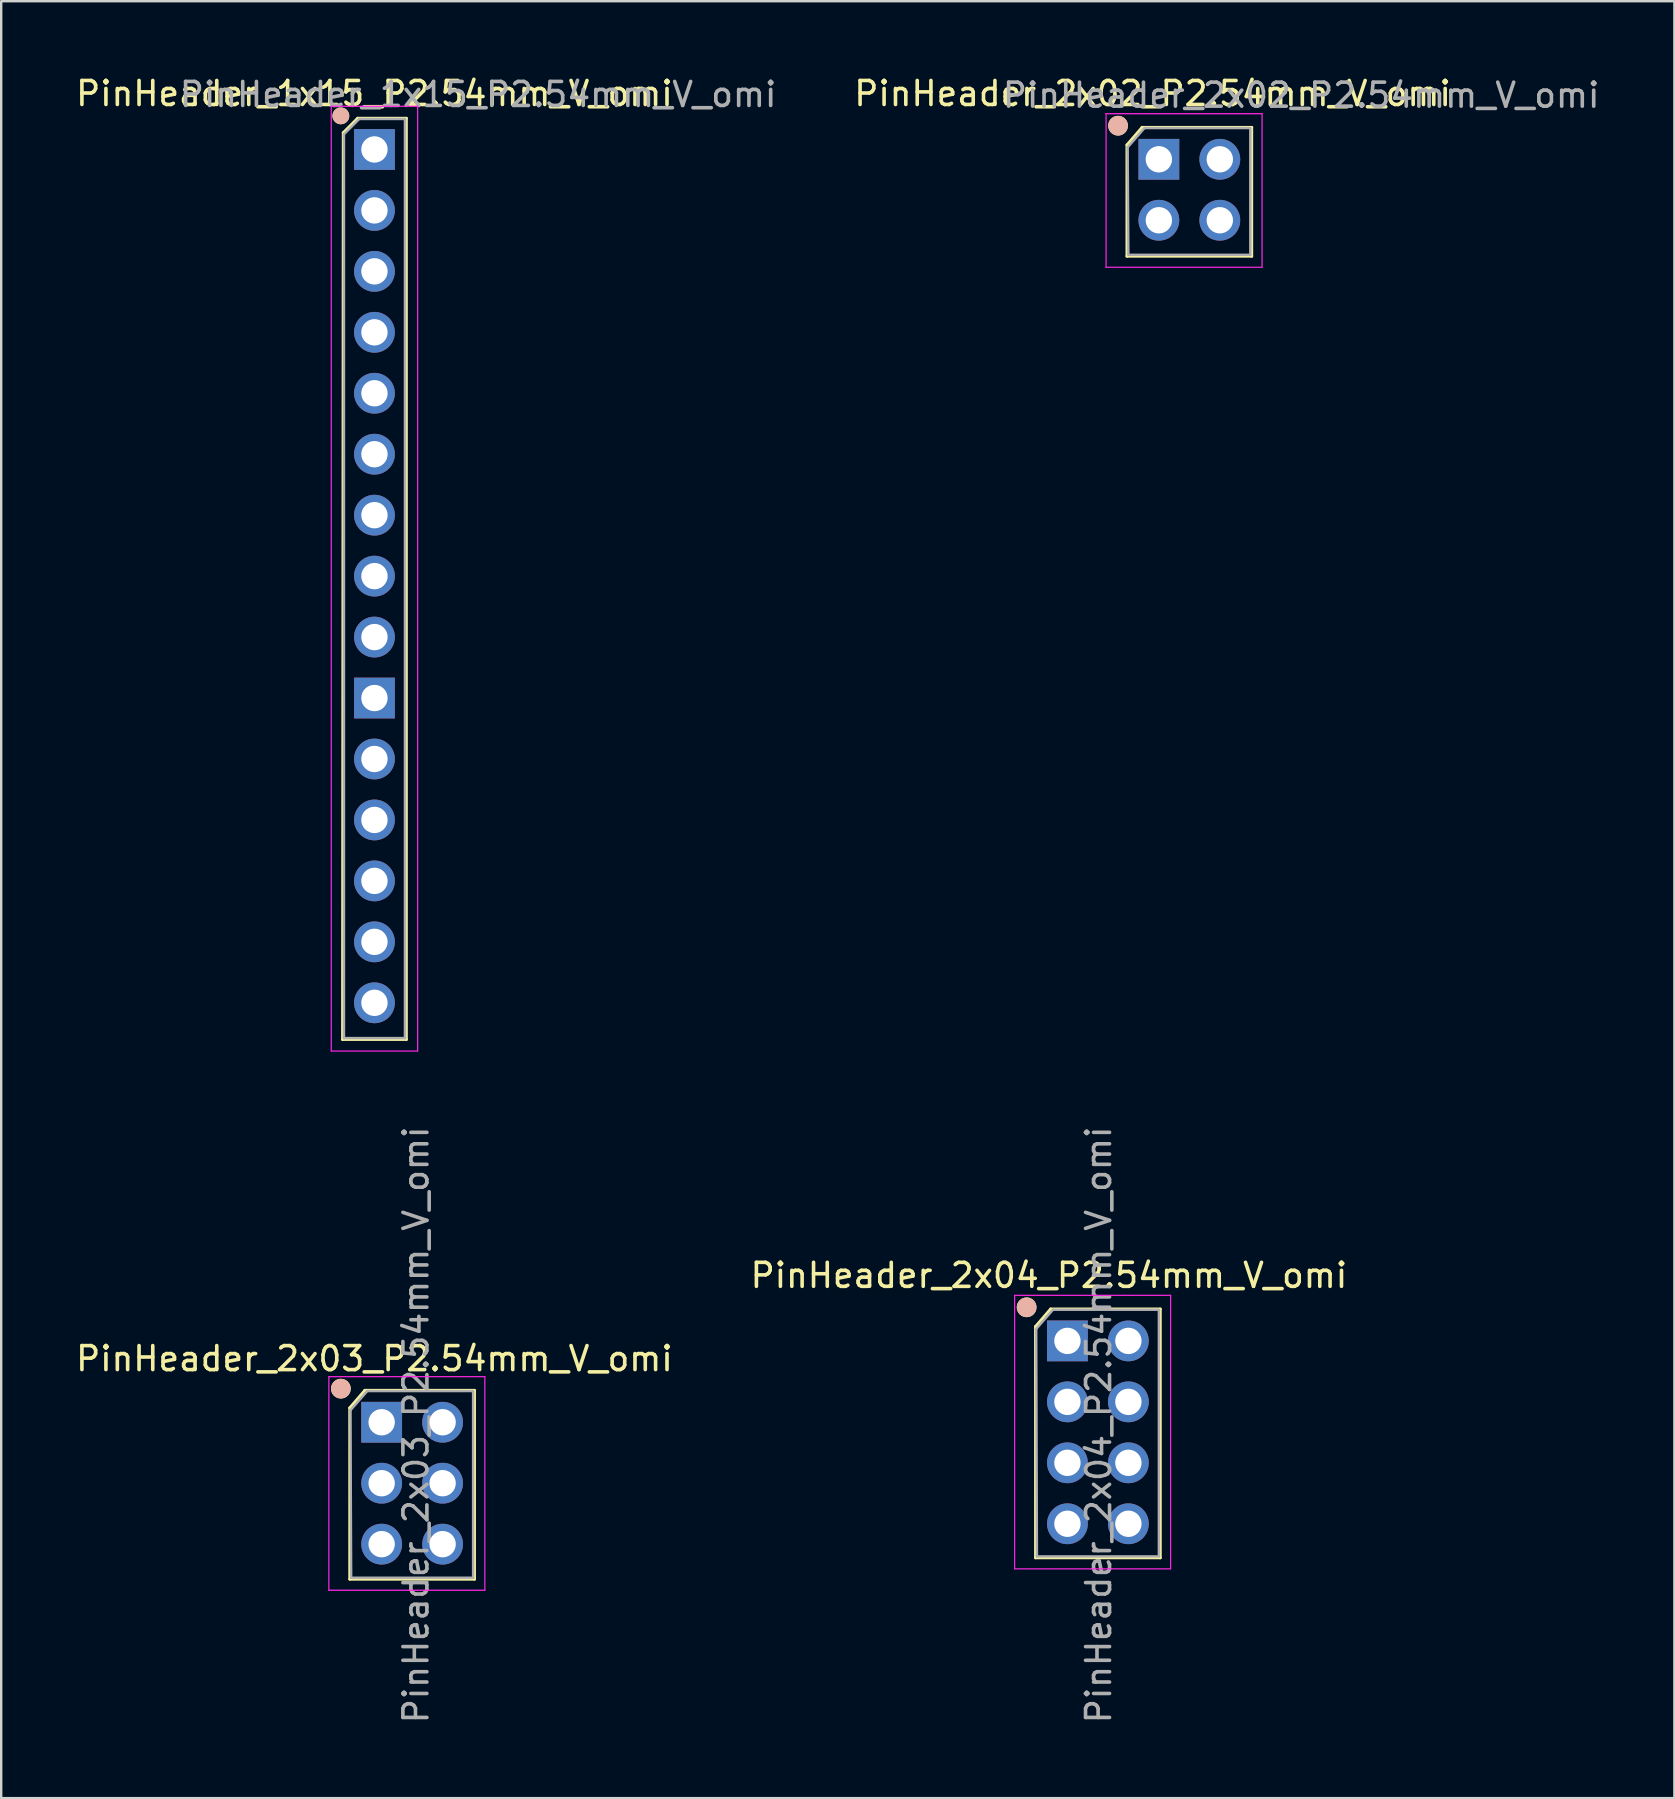
<source format=kicad_pcb>
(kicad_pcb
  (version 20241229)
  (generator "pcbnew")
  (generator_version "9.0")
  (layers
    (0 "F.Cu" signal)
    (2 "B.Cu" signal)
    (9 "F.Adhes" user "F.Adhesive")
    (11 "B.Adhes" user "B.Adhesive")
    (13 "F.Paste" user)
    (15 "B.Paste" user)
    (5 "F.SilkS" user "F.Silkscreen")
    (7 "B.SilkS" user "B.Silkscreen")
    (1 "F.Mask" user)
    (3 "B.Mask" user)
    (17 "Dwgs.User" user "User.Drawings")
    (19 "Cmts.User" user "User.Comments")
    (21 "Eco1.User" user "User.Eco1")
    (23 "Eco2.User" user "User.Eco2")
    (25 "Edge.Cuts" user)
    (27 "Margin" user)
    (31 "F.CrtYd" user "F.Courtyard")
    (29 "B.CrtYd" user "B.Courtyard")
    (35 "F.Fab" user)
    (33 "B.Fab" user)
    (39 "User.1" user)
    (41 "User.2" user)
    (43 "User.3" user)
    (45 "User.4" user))
  (footprint "PinHeader_2x02_P2.54mm_V_omi"
    (layer "F.Cu")
    (at 45.241 3.588)
    (property "Reference" "PinHeader_2x02_P2.54mm_V_omi" (at -0.26 -2.74 0) (layer "F.SilkS") (effects (font (size 1 1) (thickness 0.15))))
    (attr through_hole)
    (fp_line (start -1.33 -0.6) (end -1.33 4.04) (stroke (width 0.12) (type solid)) (layer "F.SilkS"))
    (fp_line (start -1.33 -0.6) (end -0.7 -1.33) (stroke (width 0.12) (type solid)) (layer "F.SilkS"))
    (fp_line (start -1.33 4.04) (end 3.87 4.04) (stroke (width 0.12) (type solid)) (layer "F.SilkS"))
    (fp_line (start -0.7 -1.33) (end 3.87 -1.33) (stroke (width 0.12) (type solid)) (layer "F.SilkS"))
    (fp_line (start 3.87 -1.33) (end 3.87 4.04) (stroke (width 0.12) (type solid)) (layer "F.SilkS"))
    (fp_circle (center -1.7 -1.4) (end -1.339 -1.4) (stroke (width 0.1) (type solid)) (fill yes) (layer "F.SilkS"))
    (fp_circle (center -1.7 -1.4) (end -1.339 -1.4) (stroke (width 0.1) (type solid)) (fill yes) (layer "B.SilkS"))
    (fp_line (start -2.2 -1.9) (end -2.2 4.5) (stroke (width 0.05) (type solid)) (layer "F.CrtYd"))
    (fp_line (start -2.2 4.5) (end 4.3 4.5) (stroke (width 0.05) (type solid)) (layer "F.CrtYd"))
    (fp_line (start 4.3 -1.9) (end -2.2 -1.9) (stroke (width 0.05) (type solid)) (layer "F.CrtYd"))
    (fp_line (start 4.3 4.5) (end 4.3 -1.9) (stroke (width 0.05) (type solid)) (layer "F.CrtYd"))
    (fp_line (start -1.3 -0.5) (end -0.6 -1.3) (stroke (width 0.1) (type solid)) (layer "F.Fab"))
    (fp_line (start -1.27 3.98) (end -1.3 -0.5) (stroke (width 0.1) (type solid)) (layer "F.Fab"))
    (fp_line (start -0.6 -1.3) (end 3.81 -1.3) (stroke (width 0.1) (type solid)) (layer "F.Fab"))
    (fp_line (start 3.81 -1.27) (end 3.81 3.98) (stroke (width 0.1) (type solid)) (layer "F.Fab"))
    (fp_line (start 3.81 3.98) (end -1.27 3.98) (stroke (width 0.1) (type solid)) (layer "F.Fab"))
    (fp_text user "${REFERENCE}" (at 5.93 -2.67 180) (layer "F.Fab") (effects (font (size 1 1) (thickness 0.15))))
    (pad "1" thru_hole rect (at 0 0) (size 1.7 1.7) (drill 1.1) (layers "*.Cu" "*.Mask"))
    (pad "2" thru_hole oval (at 2.54 0) (size 1.7 1.7) (drill 1.1) (layers "*.Cu" "*.Mask"))
    (pad "3" thru_hole oval (at 0 2.54) (size 1.7 1.7) (drill 1.1) (layers "*.Cu" "*.Mask"))
    (pad "4" thru_hole oval (at 2.54 2.54) (size 1.7 1.7) (drill 1.1) (layers "*.Cu" "*.Mask")))
  (footprint "PinHeader_2x03_P2.54mm_V_omi"
    (layer "F.Cu")
    (at 12.854 56.217)
    (property "Reference" "PinHeader_2x03_P2.54mm_V_omi" (at -0.3 -2.65 0) (layer "F.SilkS") (effects (font (size 1 1) (thickness 0.15))))
    (attr through_hole)
    (fp_line (start -1.33 -0.6) (end -1.33 6.54) (stroke (width 0.12) (type solid)) (layer "F.SilkS"))
    (fp_line (start -1.33 -0.6) (end -0.7 -1.33) (stroke (width 0.12) (type solid)) (layer "F.SilkS"))
    (fp_line (start -1.33 6.54) (end 3.87 6.54) (stroke (width 0.12) (type solid)) (layer "F.SilkS"))
    (fp_line (start -0.7 -1.33) (end 3.87 -1.33) (stroke (width 0.12) (type solid)) (layer "F.SilkS"))
    (fp_line (start 3.87 -1.33) (end 3.87 6.54) (stroke (width 0.12) (type solid)) (layer "F.SilkS"))
    (fp_circle (center -1.7 -1.4) (end -1.339 -1.4) (stroke (width 0.1) (type solid)) (fill yes) (layer "F.SilkS"))
    (fp_circle (center -1.7 -1.4) (end -1.339 -1.4) (stroke (width 0.1) (type solid)) (fill yes) (layer "B.SilkS"))
    (fp_line (start -2.2 -1.9) (end -2.2 7) (stroke (width 0.05) (type solid)) (layer "F.CrtYd"))
    (fp_line (start -2.2 7) (end 4.3 7) (stroke (width 0.05) (type solid)) (layer "F.CrtYd"))
    (fp_line (start 4.3 -1.9) (end -2.2 -1.9) (stroke (width 0.05) (type solid)) (layer "F.CrtYd"))
    (fp_line (start 4.3 7) (end 4.3 -1.9) (stroke (width 0.05) (type solid)) (layer "F.CrtYd"))
    (fp_line (start -1.3 -0.5) (end -0.6 -1.3) (stroke (width 0.1) (type solid)) (layer "F.Fab"))
    (fp_line (start -1.27 6.48) (end -1.3 -0.5) (stroke (width 0.1) (type solid)) (layer "F.Fab"))
    (fp_line (start -0.6 -1.3) (end 3.81 -1.3) (stroke (width 0.1) (type solid)) (layer "F.Fab"))
    (fp_line (start 3.81 -1.27) (end 3.81 6.48) (stroke (width 0.1) (type solid)) (layer "F.Fab"))
    (fp_line (start 3.81 6.48) (end -1.27 6.48) (stroke (width 0.1) (type solid)) (layer "F.Fab"))
    (fp_text user "${REFERENCE}" (at 1.43 0.11 270) (layer "F.Fab") (effects (font (size 1 1) (thickness 0.15))))
    (pad "1" thru_hole rect (at 0 0) (size 1.7 1.7) (drill 1.1) (layers "*.Cu" "*.Mask"))
    (pad "2" thru_hole oval (at 2.54 0) (size 1.7 1.7) (drill 1.1) (layers "*.Cu" "*.Mask"))
    (pad "3" thru_hole oval (at 0 2.54) (size 1.7 1.7) (drill 1.1) (layers "*.Cu" "*.Mask"))
    (pad "4" thru_hole oval (at 2.54 2.54) (size 1.7 1.7) (drill 1.1) (layers "*.Cu" "*.Mask"))
    (pad "5" thru_hole oval (at 0 5.08) (size 1.7 1.7) (drill 1.1) (layers "*.Cu" "*.Mask"))
    (pad "6" thru_hole oval (at 2.54 5.08) (size 1.7 1.7) (drill 1.1) (layers "*.Cu" "*.Mask")))
  (footprint "PinHeader_2x04_P2.54mm_V_omi"
    (layer "F.Cu")
    (at 41.431 52.827)
    (property "Reference" "PinHeader_2x04_P2.54mm_V_omi" (at -0.77 -2.73 0) (layer "F.SilkS") (effects (font (size 1 1) (thickness 0.15))))
    (attr through_hole)
    (fp_line (start -1.33 -0.6) (end -1.33 9.04) (stroke (width 0.12) (type solid)) (layer "F.SilkS"))
    (fp_line (start -1.33 -0.6) (end -0.7 -1.33) (stroke (width 0.12) (type solid)) (layer "F.SilkS"))
    (fp_line (start -1.33 9.04) (end 3.87 9.04) (stroke (width 0.12) (type solid)) (layer "F.SilkS"))
    (fp_line (start -0.7 -1.33) (end 3.87 -1.33) (stroke (width 0.12) (type solid)) (layer "F.SilkS"))
    (fp_line (start 3.87 -1.33) (end 3.87 9.04) (stroke (width 0.12) (type solid)) (layer "F.SilkS"))
    (fp_circle (center -1.7 -1.4) (end -1.339 -1.4) (stroke (width 0.1) (type solid)) (fill yes) (layer "F.SilkS"))
    (fp_circle (center -1.7 -1.4) (end -1.339 -1.4) (stroke (width 0.1) (type solid)) (fill yes) (layer "B.SilkS"))
    (fp_line (start -2.2 -1.9) (end -2.2 9.5) (stroke (width 0.05) (type solid)) (layer "F.CrtYd"))
    (fp_line (start -2.2 9.5) (end 4.3 9.5) (stroke (width 0.05) (type solid)) (layer "F.CrtYd"))
    (fp_line (start 4.3 -1.9) (end -2.2 -1.9) (stroke (width 0.05) (type solid)) (layer "F.CrtYd"))
    (fp_line (start 4.3 9.5) (end 4.3 -1.9) (stroke (width 0.05) (type solid)) (layer "F.CrtYd"))
    (fp_line (start -1.3 -0.5) (end -0.6 -1.3) (stroke (width 0.1) (type solid)) (layer "F.Fab"))
    (fp_line (start -1.27 8.98) (end -1.3 -0.5) (stroke (width 0.1) (type solid)) (layer "F.Fab"))
    (fp_line (start -0.6 -1.3) (end 3.81 -1.3) (stroke (width 0.1) (type solid)) (layer "F.Fab"))
    (fp_line (start 3.81 -1.27) (end 3.81 8.98) (stroke (width 0.1) (type solid)) (layer "F.Fab"))
    (fp_line (start 3.81 8.98) (end -1.27 8.98) (stroke (width 0.1) (type solid)) (layer "F.Fab"))
    (fp_text user "${REFERENCE}" (at 1.3 3.5 270) (layer "F.Fab") (effects (font (size 1 1) (thickness 0.15))))
    (pad "1" thru_hole rect (at 0 0) (size 1.7 1.7) (drill 1.1) (layers "*.Cu" "*.Mask"))
    (pad "2" thru_hole oval (at 2.54 0) (size 1.7 1.7) (drill 1.1) (layers "*.Cu" "*.Mask"))
    (pad "3" thru_hole oval (at 0 2.54) (size 1.7 1.7) (drill 1.1) (layers "*.Cu" "*.Mask"))
    (pad "4" thru_hole oval (at 2.54 2.54) (size 1.7 1.7) (drill 1.1) (layers "*.Cu" "*.Mask"))
    (pad "5" thru_hole oval (at 0 5.08) (size 1.7 1.7) (drill 1.1) (layers "*.Cu" "*.Mask"))
    (pad "6" thru_hole oval (at 2.54 5.08) (size 1.7 1.7) (drill 1.1) (layers "*.Cu" "*.Mask"))
    (pad "7" thru_hole oval (at 0 7.62) (size 1.7 1.7) (drill 1.1) (layers "*.Cu" "*.Mask"))
    (pad "8" thru_hole oval (at 2.54 7.62) (size 1.7 1.7) (drill 1.1) (layers "*.Cu" "*.Mask")))
  (footprint "PinHeader_1x15_P2.54mm_V_omi"
    (layer "F.Cu")
    (at 12.554 3.178)
    (property "Reference" "PinHeader_1x15_P2.54mm_V_omi" (at 0 -2.33 0) (layer "F.SilkS") (effects (font (size 1 1) (thickness 0.15))))
    (attr through_hole)
    (fp_line (start -1.33 37.09) (end 1.33 37.09) (stroke (width 0.12) (type solid)) (layer "F.SilkS"))
    (fp_line (start -1.3 -0.7) (end -1.33 37.09) (stroke (width 0.12) (type solid)) (layer "F.SilkS"))
    (fp_line (start -1.3 -0.7) (end -0.7 -1.3) (stroke (width 0.12) (type solid)) (layer "F.SilkS"))
    (fp_line (start -0.7 -1.3) (end 1.33 -1.3) (stroke (width 0.12) (type solid)) (layer "F.SilkS"))
    (fp_line (start 1.33 -1.3) (end 1.33 37.09) (stroke (width 0.12) (type solid)) (layer "F.SilkS"))
    (fp_circle (center -1.4 -1.4) (end -1.1 -1.4) (stroke (width 0.1) (type solid)) (fill yes) (layer "F.SilkS"))
    (fp_circle (center -1.4 -1.4) (end -1.1 -1.4) (stroke (width 0.1) (type solid)) (fill yes) (layer "B.SilkS"))
    (fp_line (start -1.8 -1.8) (end -1.8 37.57) (stroke (width 0.05) (type solid)) (layer "F.CrtYd"))
    (fp_line (start -1.8 37.57) (end 1.8 37.57) (stroke (width 0.05) (type solid)) (layer "F.CrtYd"))
    (fp_line (start 1.8 -1.8) (end -1.8 -1.8) (stroke (width 0.05) (type solid)) (layer "F.CrtYd"))
    (fp_line (start 1.8 37.57) (end 1.8 -1.8) (stroke (width 0.05) (type solid)) (layer "F.CrtYd"))
    (fp_line (start -1.27 -0.635) (end -0.635 -1.27) (stroke (width 0.1) (type solid)) (layer "F.Fab"))
    (fp_line (start -1.27 37.03) (end -1.27 -0.635) (stroke (width 0.1) (type solid)) (layer "F.Fab"))
    (fp_line (start -0.635 -1.27) (end 1.27 -1.27) (stroke (width 0.1) (type solid)) (layer "F.Fab"))
    (fp_line (start 1.27 -1.27) (end 1.27 37.03) (stroke (width 0.1) (type solid)) (layer "F.Fab"))
    (fp_line (start 1.27 37.03) (end -1.27 37.03) (stroke (width 0.1) (type solid)) (layer "F.Fab"))
    (fp_text user "${REFERENCE}" (at 4.32 -2.29 180) (layer "F.Fab") (effects (font (size 1 1) (thickness 0.15))))
    (pad "1" thru_hole rect (at 0 0) (size 1.7 1.7) (drill 1.1) (layers "*.Cu" "*.Mask"))
    (pad "2" thru_hole oval (at 0 2.54) (size 1.7 1.7) (drill 1.1) (layers "*.Cu" "*.Mask"))
    (pad "3" thru_hole oval (at 0 5.08) (size 1.7 1.7) (drill 1.1) (layers "*.Cu" "*.Mask"))
    (pad "4" thru_hole oval (at 0 7.62) (size 1.7 1.7) (drill 1.1) (layers "*.Cu" "*.Mask"))
    (pad "5" thru_hole oval (at 0 10.16) (size 1.7 1.7) (drill 1.1) (layers "*.Cu" "*.Mask"))
    (pad "6" thru_hole oval (at 0 12.7) (size 1.7 1.7) (drill 1.1) (layers "*.Cu" "*.Mask"))
    (pad "7" thru_hole oval (at 0 15.24) (size 1.7 1.7) (drill 1.1) (layers "*.Cu" "*.Mask"))
    (pad "8" thru_hole oval (at 0 17.78) (size 1.7 1.7) (drill 1.1) (layers "*.Cu" "*.Mask"))
    (pad "9" thru_hole oval (at 0 20.32) (size 1.7 1.7) (drill 1.1) (layers "*.Cu" "*.Mask"))
    (pad "10" thru_hole rect (at 0 22.86) (size 1.7 1.7) (drill 1.1) (layers "*.Cu" "*.Mask"))
    (pad "11" thru_hole oval (at 0 25.4) (size 1.7 1.7) (drill 1.1) (layers "*.Cu" "*.Mask"))
    (pad "12" thru_hole oval (at 0 27.94) (size 1.7 1.7) (drill 1.1) (layers "*.Cu" "*.Mask"))
    (pad "13" thru_hole oval (at 0 30.48) (size 1.7 1.7) (drill 1.1) (layers "*.Cu" "*.Mask"))
    (pad "14" thru_hole oval (at 0 33.02) (size 1.7 1.7) (drill 1.1) (layers "*.Cu" "*.Mask"))
    (pad "15" thru_hole oval (at 0 35.56) (size 1.7 1.7) (drill 1.1) (layers "*.Cu" "*.Mask")))
  (gr_rect
    (start -3 -3)
    (end 66.724 71.88)
    (stroke (width 0.1) (type default))
    (fill no)
    (layer "Edge.Cuts")))
</source>
